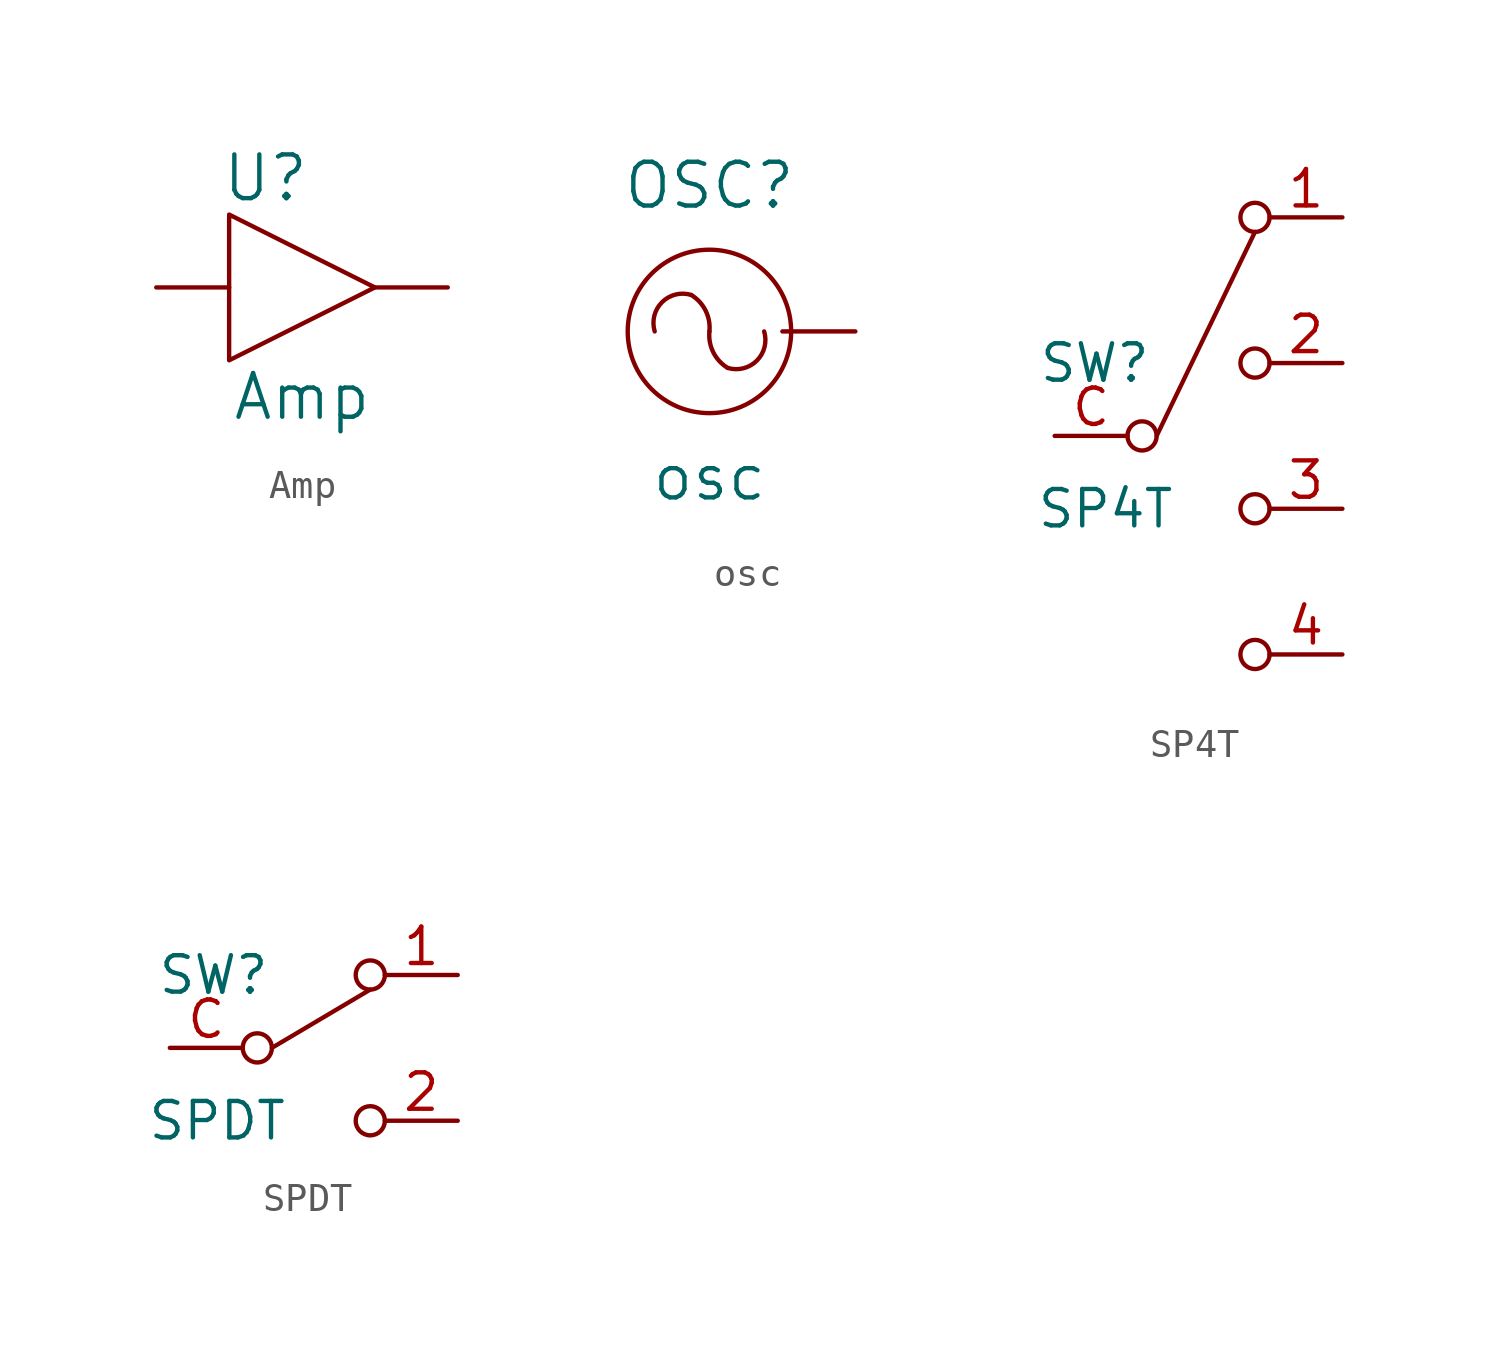
<source format=kicad_sym>
(kicad_symbol_lib
  (version 20211014)
  (generator kicad_symbol_editor)
  (symbol "Amp"
    (pin_names
      (offset 1.016))
    (property "Reference" "U"
      (at -1.27 3.81 0)
      (effects (font (size 1.524 1.524))))
    (property "Value" "Amp"
      (at 0 -3.81 0)
      (effects (font (size 1.524 1.524))))
    (property "Footprint" ""
      (at 0 0 0)
      (effects (font (size 1.524 1.524))))
    (property "Datasheet" ""
      (at 0 0 0)
      (effects (font (size 1.524 1.524))))
    (symbol "Amp_0_1"
      (polyline (pts (xy -2.54 2.54) (xy -2.54 -2.54) (xy 2.54 0) (xy -2.54 2.54)) (stroke (width 0) (type default) (color 0 0 0 0)) (fill (type none))))
    (symbol "Amp_1_1"
      (pin input line (at -5.08 0 0) (length 2.54) (name "~" (effects (font (size 1.27 1.27)))) (number "~" (effects (font (size 1.27 1.27)))))
      (pin input line (at 5.08 0 180) (length 2.54) (name "~" (effects (font (size 1.27 1.27)))) (number "~" (effects (font (size 1.27 1.27)))))))
  (symbol "osc"
    (pin_names
      (offset 1.016))
    (property "Reference" "OSC"
      (at 0 5.08 0)
      (effects (font (size 1.524 1.524))))
    (property "Value" "osc"
      (at 0 -5.08 0)
      (effects (font (size 1.524 1.524))))
    (property "Footprint" ""
      (at 0 0 0)
      (effects (font (size 1.524 1.524))))
    (property "Datasheet" ""
      (at 0 0 0)
      (effects (font (size 1.524 1.524))))
    (symbol "osc_0_1"
      (arc (start -0.635 1.27) (mid -1.644 1.0232) (end -1.905 0) (stroke (width 0) (type default) (color 0 0 0 0)) (fill (type none)))
      (arc (start 0 0) (mid -0.1346 0.7274) (end -0.635 1.27) (stroke (width 0) (type default) (color 0 0 0 0)) (fill (type none)))
      (arc (start 0 0) (mid 0.1346 -0.7274) (end 0.635 -1.27) (stroke (width 0) (type default) (color 0 0 0 0)) (fill (type none)))
      (circle (center 0 0) (radius 2.845) (stroke (width 0) (type default) (color 0 0 0 0)) (fill (type none)))
      (arc (start 0.635 -1.27) (mid 1.644 -1.0232) (end 1.905 0) (stroke (width 0) (type default) (color 0 0 0 0)) (fill (type none))))
    (symbol "osc_1_1"
      (pin input line (at 5.08 0 180) (length 2.54) (name "~" (effects (font (size 1.27 1.27)))) (number "~" (effects (font (size 1.27 1.27)))))))
  (symbol "SP4T"
    (property "Reference" "SW"
      (at -5.588 2.54 0)
      (effects (font (size 1.27 1.27))))
    (property "Value" "SP4T"
      (at -5.207 -2.54 0)
      (effects (font (size 1.27 1.27))))
    (symbol "SP4T_0_0"
      (circle (center -3.937 0) (radius 0.508) (stroke (width 0) (type default) (color 0 0 0 0)) (fill (type none)))
      (circle (center 0 -2.54) (radius 0.508) (stroke (width 0) (type default) (color 0 0 0 0)) (fill (type none)))
      (circle (center 0 7.62) (radius 0.508) (stroke (width 0) (type default) (color 0 0 0 0)) (fill (type none))))
    (symbol "SP4T_0_1"
      (circle (center 0 -7.62) (radius 0.508) (stroke (width 0) (type default) (color 0 0 0 0)) (fill (type none)))
      (polyline (pts (xy -3.429 0) (xy 0 7.112)) (stroke (width 0) (type default) (color 0 0 0 0)) (fill (type none)))
      (circle (center 0 2.54) (radius 0.508) (stroke (width 0) (type default) (color 0 0 0 0)) (fill (type none))))
    (symbol "SP4T_1_1"
      (pin passive line (at 3.048 7.62 180) (length 2.54) (name "" (effects (font (size 1.27 1.27)))) (number "1" (effects (font (size 1.27 1.27)))))
      (pin passive line (at 3.048 2.54 180) (length 2.54) (name "" (effects (font (size 1.27 1.27)))) (number "2" (effects (font (size 1.27 1.27)))))
      (pin passive line (at 3.048 -2.54 180) (length 2.54) (name "" (effects (font (size 1.27 1.27)))) (number "3" (effects (font (size 1.27 1.27)))))
      (pin passive line (at 3.048 -7.62 180) (length 2.54) (name "" (effects (font (size 1.27 1.27)))) (number "4" (effects (font (size 1.27 1.27)))))
      (pin passive line (at -6.985 0 0) (length 2.54) (name "" (effects (font (size 1.27 1.27)))) (number "C" (effects (font (size 1.27 1.27)))))))
  (symbol "SPDT"
    (pin_names
      (offset 0) hide)
    (property "Reference" "SW"
      (at -5.461 2.54 0)
      (effects (font (size 1.27 1.27))))
    (property "Value" "SPDT"
      (at -5.334 -2.54 0)
      (effects (font (size 1.27 1.27))))
    (symbol "SPDT_0_0"
      (circle (center -3.937 0) (radius 0.508) (stroke (width 0) (type default) (color 0 0 0 0)) (fill (type none)))
      (circle (center 0 -2.54) (radius 0.508) (stroke (width 0) (type default) (color 0 0 0 0)) (fill (type none))))
    (symbol "SPDT_0_1"
      (polyline (pts (xy -3.429 0) (xy 0 2.032)) (stroke (width 0) (type default) (color 0 0 0 0)) (fill (type none)))
      (circle (center 0 2.54) (radius 0.508) (stroke (width 0) (type default) (color 0 0 0 0)) (fill (type none))))
    (symbol "SPDT_1_1"
      (pin passive line (at 3.048 2.54 180) (length 2.54) (name "" (effects (font (size 1.27 1.27)))) (number "1" (effects (font (size 1.27 1.27)))))
      (pin passive line (at 3.048 -2.54 180) (length 2.54) (name "" (effects (font (size 1.27 1.27)))) (number "2" (effects (font (size 1.27 1.27)))))
      (pin passive line (at -6.985 0 0) (length 2.54) (name "" (effects (font (size 1.27 1.27)))) (number "C" (effects (font (size 1.27 1.27))))))))
</source>
